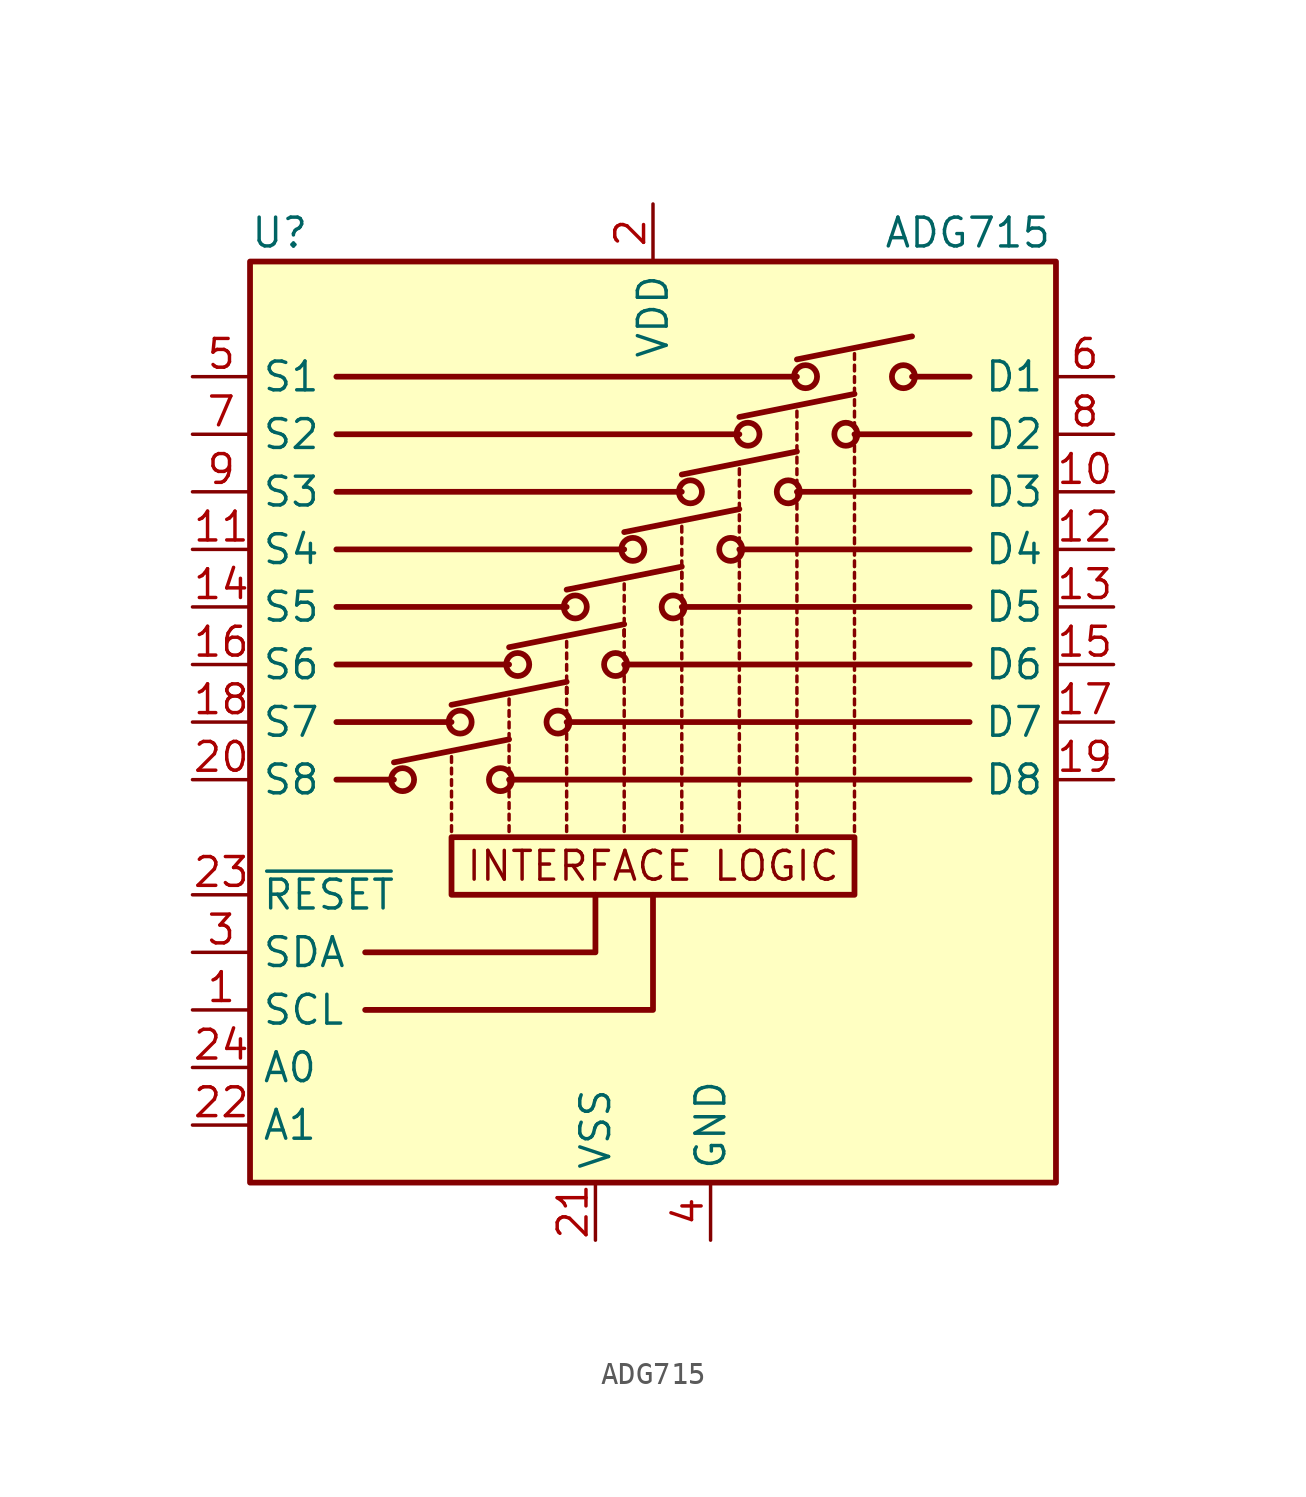
<source format=kicad_sym>
(kicad_symbol_lib
  (version 20220914)
  (generator kicad_symbol_editor)
  (symbol "ADG715"
    (property "Reference" "U"
      (at -17.78 24.13 0)
      (effects (font (size 1.27 1.27)) (justify left)))
    (property "Value" "ADG715"
      (at 10.16 24.13 0)
      (effects (font (size 1.27 1.27)) (justify left)))
    (symbol "ADG715_0_0"
      (polyline (pts (xy -12.7 -7.62) (xy -2.54 -7.62) (xy -2.54 -5.08)) (stroke (width 0.254) (type default)) (fill (type none)))
      (polyline (pts (xy -12.7 -10.16) (xy 0 -10.16) (xy 0 -7.62) (xy 0 -5.08)) (stroke (width 0.254) (type default)) (fill (type none)))
      (text "INTERFACE LOGIC" (at 0 -3.81 0) (effects (font (size 1.27 1.27)))))
    (symbol "ADG715_0_1"
      (rectangle (start -17.78 -17.78) (end 17.78 22.86) (stroke (width 0.254) (type default)) (fill (type background)))
      (rectangle (start -8.89 -2.54) (end 8.89 -5.08) (stroke (width 0.254) (type default)) (fill (type none)))
      (polyline (pts (xy -11.43 0) (xy -13.97 0)) (stroke (width 0.254) (type default)) (fill (type none)))
      (polyline (pts (xy -8.89 2.54) (xy -13.97 2.54)) (stroke (width 0.254) (type default)) (fill (type none)))
      (polyline (pts (xy -6.35 0) (xy 13.97 0)) (stroke (width 0.254) (type default)) (fill (type none)))
      (polyline (pts (xy -6.35 5.08) (xy -13.97 5.08)) (stroke (width 0.254) (type default)) (fill (type none)))
      (polyline (pts (xy -3.81 2.54) (xy 13.97 2.54)) (stroke (width 0.254) (type default)) (fill (type none)))
      (polyline (pts (xy -3.81 7.62) (xy -13.97 7.62)) (stroke (width 0.254) (type default)) (fill (type none)))
      (polyline (pts (xy -1.27 5.08) (xy 13.97 5.08)) (stroke (width 0.254) (type default)) (fill (type none)))
      (polyline (pts (xy -1.27 10.16) (xy -13.97 10.16)) (stroke (width 0.254) (type default)) (fill (type none)))
      (polyline (pts (xy 1.27 7.62) (xy 13.97 7.62)) (stroke (width 0.254) (type default)) (fill (type none)))
      (polyline (pts (xy 1.27 12.7) (xy -13.97 12.7)) (stroke (width 0.254) (type default)) (fill (type none)))
      (polyline (pts (xy 3.81 10.16) (xy 13.97 10.16)) (stroke (width 0.254) (type default)) (fill (type none)))
      (polyline (pts (xy 3.81 15.24) (xy -13.97 15.24)) (stroke (width 0.254) (type default)) (fill (type none)))
      (polyline (pts (xy 6.35 12.7) (xy 13.97 12.7)) (stroke (width 0.254) (type default)) (fill (type none)))
      (polyline (pts (xy 6.35 17.78) (xy -13.97 17.78)) (stroke (width 0.254) (type default)) (fill (type none)))
      (polyline (pts (xy 8.89 15.24) (xy 13.97 15.24)) (stroke (width 0.254) (type default)) (fill (type none)))
      (polyline (pts (xy 11.43 17.78) (xy 13.97 17.78)) (stroke (width 0.254) (type default)) (fill (type none))))
    (symbol "ADG715_1_1"
      (circle (center -11.049 0) (radius 0.508) (stroke (width 0.254) (type default)) (fill (type none)))
      (circle (center -8.509 2.54) (radius 0.508) (stroke (width 0.254) (type default)) (fill (type none)))
      (circle (center -6.731 0) (radius 0.508) (stroke (width 0.254) (type default)) (fill (type none)))
      (circle (center -5.969 5.08) (radius 0.508) (stroke (width 0.254) (type default)) (fill (type none)))
      (circle (center -4.191 2.54) (radius 0.508) (stroke (width 0.254) (type default)) (fill (type none)))
      (circle (center -3.429 7.62) (radius 0.508) (stroke (width 0.254) (type default)) (fill (type none)))
      (circle (center -1.651 5.08) (radius 0.508) (stroke (width 0.254) (type default)) (fill (type none)))
      (circle (center -0.889 10.16) (radius 0.508) (stroke (width 0.254) (type default)) (fill (type none)))
      (polyline (pts (xy -11.43 0.762) (xy -6.35 1.778)) (stroke (width 0.254) (type default)) (fill (type none)))
      (polyline (pts (xy -8.89 -2.286) (xy -8.89 -2.032)) (stroke (width 0) (type default)) (fill (type none)))
      (polyline (pts (xy -8.89 -1.778) (xy -8.89 -1.524)) (stroke (width 0) (type default)) (fill (type none)))
      (polyline (pts (xy -8.89 -1.27) (xy -8.89 -1.016)) (stroke (width 0) (type default)) (fill (type none)))
      (polyline (pts (xy -8.89 -0.762) (xy -8.89 -0.508)) (stroke (width 0) (type default)) (fill (type none)))
      (polyline (pts (xy -8.89 -0.254) (xy -8.89 0)) (stroke (width 0) (type default)) (fill (type none)))
      (polyline (pts (xy -8.89 0.254) (xy -8.89 0.508)) (stroke (width 0) (type default)) (fill (type none)))
      (polyline (pts (xy -8.89 0.762) (xy -8.89 1.016)) (stroke (width 0) (type default)) (fill (type none)))
      (polyline (pts (xy -8.89 3.302) (xy -3.81 4.318)) (stroke (width 0.254) (type default)) (fill (type none)))
      (polyline (pts (xy -6.35 -2.286) (xy -6.35 -2.032)) (stroke (width 0) (type default)) (fill (type none)))
      (polyline (pts (xy -6.35 -1.778) (xy -6.35 -1.524)) (stroke (width 0) (type default)) (fill (type none)))
      (polyline (pts (xy -6.35 -1.27) (xy -6.35 -1.016)) (stroke (width 0) (type default)) (fill (type none)))
      (polyline (pts (xy -6.35 -0.762) (xy -6.35 -0.508)) (stroke (width 0) (type default)) (fill (type none)))
      (polyline (pts (xy -6.35 -0.254) (xy -6.35 0)) (stroke (width 0) (type default)) (fill (type none)))
      (polyline (pts (xy -6.35 0.254) (xy -6.35 0.508)) (stroke (width 0) (type default)) (fill (type none)))
      (polyline (pts (xy -6.35 0.762) (xy -6.35 1.016)) (stroke (width 0) (type default)) (fill (type none)))
      (polyline (pts (xy -6.35 1.27) (xy -6.35 1.524)) (stroke (width 0) (type default)) (fill (type none)))
      (polyline (pts (xy -6.35 1.778) (xy -6.35 2.032)) (stroke (width 0) (type default)) (fill (type none)))
      (polyline (pts (xy -6.35 2.286) (xy -6.35 2.54)) (stroke (width 0) (type default)) (fill (type none)))
      (polyline (pts (xy -6.35 2.794) (xy -6.35 3.048)) (stroke (width 0) (type default)) (fill (type none)))
      (polyline (pts (xy -6.35 3.302) (xy -6.35 3.556)) (stroke (width 0) (type default)) (fill (type none)))
      (polyline (pts (xy -6.35 5.842) (xy -1.27 6.858)) (stroke (width 0.254) (type default)) (fill (type none)))
      (polyline (pts (xy -3.81 -2.286) (xy -3.81 -2.032)) (stroke (width 0) (type default)) (fill (type none)))
      (polyline (pts (xy -3.81 -1.778) (xy -3.81 -1.524)) (stroke (width 0) (type default)) (fill (type none)))
      (polyline (pts (xy -3.81 -1.27) (xy -3.81 -1.016)) (stroke (width 0) (type default)) (fill (type none)))
      (polyline (pts (xy -3.81 -0.762) (xy -3.81 -0.508)) (stroke (width 0) (type default)) (fill (type none)))
      (polyline (pts (xy -3.81 -0.254) (xy -3.81 0)) (stroke (width 0) (type default)) (fill (type none)))
      (polyline (pts (xy -3.81 0.254) (xy -3.81 0.508)) (stroke (width 0) (type default)) (fill (type none)))
      (polyline (pts (xy -3.81 0.762) (xy -3.81 1.016)) (stroke (width 0) (type default)) (fill (type none)))
      (polyline (pts (xy -3.81 1.27) (xy -3.81 1.524)) (stroke (width 0) (type default)) (fill (type none)))
      (polyline (pts (xy -3.81 1.778) (xy -3.81 2.032)) (stroke (width 0) (type default)) (fill (type none)))
      (polyline (pts (xy -3.81 2.286) (xy -3.81 2.54)) (stroke (width 0) (type default)) (fill (type none)))
      (polyline (pts (xy -3.81 2.794) (xy -3.81 3.048)) (stroke (width 0) (type default)) (fill (type none)))
      (polyline (pts (xy -3.81 3.302) (xy -3.81 3.556)) (stroke (width 0) (type default)) (fill (type none)))
      (polyline (pts (xy -3.81 3.81) (xy -3.81 4.064)) (stroke (width 0) (type default)) (fill (type none)))
      (polyline (pts (xy -3.81 3.81) (xy -3.81 4.064)) (stroke (width 0) (type default)) (fill (type none)))
      (polyline (pts (xy -3.81 3.81) (xy -3.81 4.064)) (stroke (width 0) (type default)) (fill (type none)))
      (polyline (pts (xy -3.81 3.81) (xy -3.81 4.064)) (stroke (width 0) (type default)) (fill (type none)))
      (polyline (pts (xy -3.81 4.318) (xy -3.81 4.572)) (stroke (width 0) (type default)) (fill (type none)))
      (polyline (pts (xy -3.81 4.826) (xy -3.81 5.08)) (stroke (width 0) (type default)) (fill (type none)))
      (polyline (pts (xy -3.81 5.334) (xy -3.81 5.588)) (stroke (width 0) (type default)) (fill (type none)))
      (polyline (pts (xy -3.81 5.842) (xy -3.81 6.096)) (stroke (width 0) (type default)) (fill (type none)))
      (polyline (pts (xy -3.81 8.382) (xy 1.27 9.398)) (stroke (width 0.254) (type default)) (fill (type none)))
      (polyline (pts (xy -1.27 -2.286) (xy -1.27 -2.032)) (stroke (width 0) (type default)) (fill (type none)))
      (polyline (pts (xy -1.27 -1.778) (xy -1.27 -1.524)) (stroke (width 0) (type default)) (fill (type none)))
      (polyline (pts (xy -1.27 -1.27) (xy -1.27 -1.016)) (stroke (width 0) (type default)) (fill (type none)))
      (polyline (pts (xy -1.27 -0.762) (xy -1.27 -0.508)) (stroke (width 0) (type default)) (fill (type none)))
      (polyline (pts (xy -1.27 -0.254) (xy -1.27 0)) (stroke (width 0) (type default)) (fill (type none)))
      (polyline (pts (xy -1.27 0.254) (xy -1.27 0.508)) (stroke (width 0) (type default)) (fill (type none)))
      (polyline (pts (xy -1.27 0.762) (xy -1.27 1.016)) (stroke (width 0) (type default)) (fill (type none)))
      (polyline (pts (xy -1.27 1.27) (xy -1.27 1.524)) (stroke (width 0) (type default)) (fill (type none)))
      (polyline (pts (xy -1.27 1.778) (xy -1.27 2.032)) (stroke (width 0) (type default)) (fill (type none)))
      (polyline (pts (xy -1.27 2.286) (xy -1.27 2.54)) (stroke (width 0) (type default)) (fill (type none)))
      (polyline (pts (xy -1.27 2.794) (xy -1.27 3.048)) (stroke (width 0) (type default)) (fill (type none)))
      (polyline (pts (xy -1.27 3.302) (xy -1.27 3.556)) (stroke (width 0) (type default)) (fill (type none)))
      (polyline (pts (xy -1.27 3.81) (xy -1.27 4.064)) (stroke (width 0) (type default)) (fill (type none)))
      (polyline (pts (xy -1.27 4.318) (xy -1.27 4.572)) (stroke (width 0) (type default)) (fill (type none)))
      (polyline (pts (xy -1.27 4.826) (xy -1.27 5.08)) (stroke (width 0) (type default)) (fill (type none)))
      (polyline (pts (xy -1.27 5.334) (xy -1.27 5.588)) (stroke (width 0) (type default)) (fill (type none)))
      (polyline (pts (xy -1.27 5.842) (xy -1.27 6.096)) (stroke (width 0) (type default)) (fill (type none)))
      (polyline (pts (xy -1.27 6.35) (xy -1.27 6.604)) (stroke (width 0) (type default)) (fill (type none)))
      (polyline (pts (xy -1.27 6.35) (xy -1.27 6.604)) (stroke (width 0) (type default)) (fill (type none)))
      (polyline (pts (xy -1.27 6.35) (xy -1.27 6.604)) (stroke (width 0) (type default)) (fill (type none)))
      (polyline (pts (xy -1.27 6.858) (xy -1.27 7.112)) (stroke (width 0) (type default)) (fill (type none)))
      (polyline (pts (xy -1.27 7.366) (xy -1.27 7.62)) (stroke (width 0) (type default)) (fill (type none)))
      (polyline (pts (xy -1.27 7.874) (xy -1.27 8.128)) (stroke (width 0) (type default)) (fill (type none)))
      (polyline (pts (xy -1.27 8.382) (xy -1.27 8.636)) (stroke (width 0) (type default)) (fill (type none)))
      (polyline (pts (xy -1.27 10.922) (xy 3.81 11.938)) (stroke (width 0.254) (type default)) (fill (type none)))
      (polyline (pts (xy 1.27 -2.286) (xy 1.27 -2.032)) (stroke (width 0) (type default)) (fill (type none)))
      (polyline (pts (xy 1.27 -1.778) (xy 1.27 -1.524)) (stroke (width 0) (type default)) (fill (type none)))
      (polyline (pts (xy 1.27 -1.27) (xy 1.27 -1.016)) (stroke (width 0) (type default)) (fill (type none)))
      (polyline (pts (xy 1.27 -0.762) (xy 1.27 -0.508)) (stroke (width 0) (type default)) (fill (type none)))
      (polyline (pts (xy 1.27 -0.254) (xy 1.27 0)) (stroke (width 0) (type default)) (fill (type none)))
      (polyline (pts (xy 1.27 0.254) (xy 1.27 0.508)) (stroke (width 0) (type default)) (fill (type none)))
      (polyline (pts (xy 1.27 0.762) (xy 1.27 1.016)) (stroke (width 0) (type default)) (fill (type none)))
      (polyline (pts (xy 1.27 1.27) (xy 1.27 1.524)) (stroke (width 0) (type default)) (fill (type none)))
      (polyline (pts (xy 1.27 1.778) (xy 1.27 2.032)) (stroke (width 0) (type default)) (fill (type none)))
      (polyline (pts (xy 1.27 2.286) (xy 1.27 2.54)) (stroke (width 0) (type default)) (fill (type none)))
      (polyline (pts (xy 1.27 2.794) (xy 1.27 3.048)) (stroke (width 0) (type default)) (fill (type none)))
      (polyline (pts (xy 1.27 3.302) (xy 1.27 3.556)) (stroke (width 0) (type default)) (fill (type none)))
      (polyline (pts (xy 1.27 3.81) (xy 1.27 4.064)) (stroke (width 0) (type default)) (fill (type none)))
      (polyline (pts (xy 1.27 4.318) (xy 1.27 4.572)) (stroke (width 0) (type default)) (fill (type none)))
      (polyline (pts (xy 1.27 4.826) (xy 1.27 5.08)) (stroke (width 0) (type default)) (fill (type none)))
      (polyline (pts (xy 1.27 5.334) (xy 1.27 5.588)) (stroke (width 0) (type default)) (fill (type none)))
      (polyline (pts (xy 1.27 5.842) (xy 1.27 6.096)) (stroke (width 0) (type default)) (fill (type none)))
      (polyline (pts (xy 1.27 6.35) (xy 1.27 6.604)) (stroke (width 0) (type default)) (fill (type none)))
      (polyline (pts (xy 1.27 6.858) (xy 1.27 7.112)) (stroke (width 0) (type default)) (fill (type none)))
      (polyline (pts (xy 1.27 7.366) (xy 1.27 7.62)) (stroke (width 0) (type default)) (fill (type none)))
      (polyline (pts (xy 1.27 7.874) (xy 1.27 8.128)) (stroke (width 0) (type default)) (fill (type none)))
      (polyline (pts (xy 1.27 8.382) (xy 1.27 8.636)) (stroke (width 0) (type default)) (fill (type none)))
      (polyline (pts (xy 1.27 8.89) (xy 1.27 9.144)) (stroke (width 0) (type default)) (fill (type none)))
      (polyline (pts (xy 1.27 8.89) (xy 1.27 9.144)) (stroke (width 0) (type default)) (fill (type none)))
      (polyline (pts (xy 1.27 9.398) (xy 1.27 9.652)) (stroke (width 0) (type default)) (fill (type none)))
      (polyline (pts (xy 1.27 9.906) (xy 1.27 10.16)) (stroke (width 0) (type default)) (fill (type none)))
      (polyline (pts (xy 1.27 10.414) (xy 1.27 10.668)) (stroke (width 0) (type default)) (fill (type none)))
      (polyline (pts (xy 1.27 10.922) (xy 1.27 11.176)) (stroke (width 0) (type default)) (fill (type none)))
      (polyline (pts (xy 1.27 13.462) (xy 6.35 14.478)) (stroke (width 0.254) (type default)) (fill (type none)))
      (polyline (pts (xy 3.81 -2.286) (xy 3.81 -2.032)) (stroke (width 0) (type default)) (fill (type none)))
      (polyline (pts (xy 3.81 -1.778) (xy 3.81 -1.524)) (stroke (width 0) (type default)) (fill (type none)))
      (polyline (pts (xy 3.81 -1.27) (xy 3.81 -1.016)) (stroke (width 0) (type default)) (fill (type none)))
      (polyline (pts (xy 3.81 -0.762) (xy 3.81 -0.508)) (stroke (width 0) (type default)) (fill (type none)))
      (polyline (pts (xy 3.81 -0.254) (xy 3.81 0)) (stroke (width 0) (type default)) (fill (type none)))
      (polyline (pts (xy 3.81 0.254) (xy 3.81 0.508)) (stroke (width 0) (type default)) (fill (type none)))
      (polyline (pts (xy 3.81 0.762) (xy 3.81 1.016)) (stroke (width 0) (type default)) (fill (type none)))
      (polyline (pts (xy 3.81 1.27) (xy 3.81 1.524)) (stroke (width 0) (type default)) (fill (type none)))
      (polyline (pts (xy 3.81 1.778) (xy 3.81 2.032)) (stroke (width 0) (type default)) (fill (type none)))
      (polyline (pts (xy 3.81 2.286) (xy 3.81 2.54)) (stroke (width 0) (type default)) (fill (type none)))
      (polyline (pts (xy 3.81 2.794) (xy 3.81 3.048)) (stroke (width 0) (type default)) (fill (type none)))
      (polyline (pts (xy 3.81 3.302) (xy 3.81 3.556)) (stroke (width 0) (type default)) (fill (type none)))
      (polyline (pts (xy 3.81 3.81) (xy 3.81 4.064)) (stroke (width 0) (type default)) (fill (type none)))
      (polyline (pts (xy 3.81 4.318) (xy 3.81 4.572)) (stroke (width 0) (type default)) (fill (type none)))
      (polyline (pts (xy 3.81 4.826) (xy 3.81 5.08)) (stroke (width 0) (type default)) (fill (type none)))
      (polyline (pts (xy 3.81 5.334) (xy 3.81 5.588)) (stroke (width 0) (type default)) (fill (type none)))
      (polyline (pts (xy 3.81 5.842) (xy 3.81 6.096)) (stroke (width 0) (type default)) (fill (type none)))
      (polyline (pts (xy 3.81 6.35) (xy 3.81 6.604)) (stroke (width 0) (type default)) (fill (type none)))
      (polyline (pts (xy 3.81 6.858) (xy 3.81 7.112)) (stroke (width 0) (type default)) (fill (type none)))
      (polyline (pts (xy 3.81 7.366) (xy 3.81 7.62)) (stroke (width 0) (type default)) (fill (type none)))
      (polyline (pts (xy 3.81 7.874) (xy 3.81 8.128)) (stroke (width 0) (type default)) (fill (type none)))
      (polyline (pts (xy 3.81 8.382) (xy 3.81 8.636)) (stroke (width 0) (type default)) (fill (type none)))
      (polyline (pts (xy 3.81 8.89) (xy 3.81 9.144)) (stroke (width 0) (type default)) (fill (type none)))
      (polyline (pts (xy 3.81 9.398) (xy 3.81 9.652)) (stroke (width 0) (type default)) (fill (type none)))
      (polyline (pts (xy 3.81 9.906) (xy 3.81 10.16)) (stroke (width 0) (type default)) (fill (type none)))
      (polyline (pts (xy 3.81 10.414) (xy 3.81 10.668)) (stroke (width 0) (type default)) (fill (type none)))
      (polyline (pts (xy 3.81 10.922) (xy 3.81 11.176)) (stroke (width 0) (type default)) (fill (type none)))
      (polyline (pts (xy 3.81 11.43) (xy 3.81 11.684)) (stroke (width 0) (type default)) (fill (type none)))
      (polyline (pts (xy 3.81 11.938) (xy 3.81 12.192)) (stroke (width 0) (type default)) (fill (type none)))
      (polyline (pts (xy 3.81 12.446) (xy 3.81 12.7)) (stroke (width 0) (type default)) (fill (type none)))
      (polyline (pts (xy 3.81 12.954) (xy 3.81 13.208)) (stroke (width 0) (type default)) (fill (type none)))
      (polyline (pts (xy 3.81 13.462) (xy 3.81 13.716)) (stroke (width 0) (type default)) (fill (type none)))
      (polyline (pts (xy 3.81 16.002) (xy 8.89 17.018)) (stroke (width 0.254) (type default)) (fill (type none)))
      (polyline (pts (xy 6.35 -2.286) (xy 6.35 -2.032)) (stroke (width 0) (type default)) (fill (type none)))
      (polyline (pts (xy 6.35 -1.778) (xy 6.35 -1.524)) (stroke (width 0) (type default)) (fill (type none)))
      (polyline (pts (xy 6.35 -1.27) (xy 6.35 -1.016)) (stroke (width 0) (type default)) (fill (type none)))
      (polyline (pts (xy 6.35 -0.762) (xy 6.35 -0.508)) (stroke (width 0) (type default)) (fill (type none)))
      (polyline (pts (xy 6.35 -0.254) (xy 6.35 0)) (stroke (width 0) (type default)) (fill (type none)))
      (polyline (pts (xy 6.35 0.254) (xy 6.35 0.508)) (stroke (width 0) (type default)) (fill (type none)))
      (polyline (pts (xy 6.35 0.762) (xy 6.35 1.016)) (stroke (width 0) (type default)) (fill (type none)))
      (polyline (pts (xy 6.35 1.27) (xy 6.35 1.524)) (stroke (width 0) (type default)) (fill (type none)))
      (polyline (pts (xy 6.35 1.778) (xy 6.35 2.032)) (stroke (width 0) (type default)) (fill (type none)))
      (polyline (pts (xy 6.35 2.286) (xy 6.35 2.54)) (stroke (width 0) (type default)) (fill (type none)))
      (polyline (pts (xy 6.35 2.794) (xy 6.35 3.048)) (stroke (width 0) (type default)) (fill (type none)))
      (polyline (pts (xy 6.35 3.302) (xy 6.35 3.556)) (stroke (width 0) (type default)) (fill (type none)))
      (polyline (pts (xy 6.35 3.81) (xy 6.35 4.064)) (stroke (width 0) (type default)) (fill (type none)))
      (polyline (pts (xy 6.35 4.318) (xy 6.35 4.572)) (stroke (width 0) (type default)) (fill (type none)))
      (polyline (pts (xy 6.35 4.826) (xy 6.35 5.08)) (stroke (width 0) (type default)) (fill (type none)))
      (polyline (pts (xy 6.35 5.334) (xy 6.35 5.588)) (stroke (width 0) (type default)) (fill (type none)))
      (polyline (pts (xy 6.35 5.842) (xy 6.35 6.096)) (stroke (width 0) (type default)) (fill (type none)))
      (polyline (pts (xy 6.35 6.35) (xy 6.35 6.604)) (stroke (width 0) (type default)) (fill (type none)))
      (polyline (pts (xy 6.35 6.858) (xy 6.35 7.112)) (stroke (width 0) (type default)) (fill (type none)))
      (polyline (pts (xy 6.35 7.366) (xy 6.35 7.62)) (stroke (width 0) (type default)) (fill (type none)))
      (polyline (pts (xy 6.35 7.874) (xy 6.35 8.128)) (stroke (width 0) (type default)) (fill (type none)))
      (polyline (pts (xy 6.35 8.382) (xy 6.35 8.636)) (stroke (width 0) (type default)) (fill (type none)))
      (polyline (pts (xy 6.35 8.89) (xy 6.35 9.144)) (stroke (width 0) (type default)) (fill (type none)))
      (polyline (pts (xy 6.35 9.398) (xy 6.35 9.652)) (stroke (width 0) (type default)) (fill (type none)))
      (polyline (pts (xy 6.35 9.906) (xy 6.35 10.16)) (stroke (width 0) (type default)) (fill (type none)))
      (polyline (pts (xy 6.35 10.414) (xy 6.35 10.668)) (stroke (width 0) (type default)) (fill (type none)))
      (polyline (pts (xy 6.35 10.922) (xy 6.35 11.176)) (stroke (width 0) (type default)) (fill (type none)))
      (polyline (pts (xy 6.35 11.43) (xy 6.35 11.684)) (stroke (width 0) (type default)) (fill (type none)))
      (polyline (pts (xy 6.35 11.938) (xy 6.35 12.192)) (stroke (width 0) (type default)) (fill (type none)))
      (polyline (pts (xy 6.35 12.446) (xy 6.35 12.7)) (stroke (width 0) (type default)) (fill (type none)))
      (polyline (pts (xy 6.35 12.954) (xy 6.35 13.208)) (stroke (width 0) (type default)) (fill (type none)))
      (polyline (pts (xy 6.35 13.462) (xy 6.35 13.716)) (stroke (width 0) (type default)) (fill (type none)))
      (polyline (pts (xy 6.35 13.97) (xy 6.35 14.224)) (stroke (width 0) (type default)) (fill (type none)))
      (polyline (pts (xy 6.35 14.478) (xy 6.35 14.732)) (stroke (width 0) (type default)) (fill (type none)))
      (polyline (pts (xy 6.35 14.986) (xy 6.35 15.24)) (stroke (width 0) (type default)) (fill (type none)))
      (polyline (pts (xy 6.35 15.494) (xy 6.35 15.748)) (stroke (width 0) (type default)) (fill (type none)))
      (polyline (pts (xy 6.35 16.002) (xy 6.35 16.256)) (stroke (width 0) (type default)) (fill (type none)))
      (polyline (pts (xy 6.35 18.542) (xy 11.43 19.558)) (stroke (width 0.254) (type default)) (fill (type none)))
      (polyline (pts (xy 8.89 -2.286) (xy 8.89 -2.032)) (stroke (width 0) (type default)) (fill (type none)))
      (polyline (pts (xy 8.89 -1.778) (xy 8.89 -1.524)) (stroke (width 0) (type default)) (fill (type none)))
      (polyline (pts (xy 8.89 -1.27) (xy 8.89 -1.016)) (stroke (width 0) (type default)) (fill (type none)))
      (polyline (pts (xy 8.89 -0.762) (xy 8.89 -0.508)) (stroke (width 0) (type default)) (fill (type none)))
      (polyline (pts (xy 8.89 -0.254) (xy 8.89 0)) (stroke (width 0) (type default)) (fill (type none)))
      (polyline (pts (xy 8.89 0.254) (xy 8.89 0.508)) (stroke (width 0) (type default)) (fill (type none)))
      (polyline (pts (xy 8.89 0.762) (xy 8.89 1.016)) (stroke (width 0) (type default)) (fill (type none)))
      (polyline (pts (xy 8.89 1.27) (xy 8.89 1.524)) (stroke (width 0) (type default)) (fill (type none)))
      (polyline (pts (xy 8.89 1.778) (xy 8.89 2.032)) (stroke (width 0) (type default)) (fill (type none)))
      (polyline (pts (xy 8.89 2.286) (xy 8.89 2.54)) (stroke (width 0) (type default)) (fill (type none)))
      (polyline (pts (xy 8.89 2.794) (xy 8.89 3.048)) (stroke (width 0) (type default)) (fill (type none)))
      (polyline (pts (xy 8.89 3.302) (xy 8.89 3.556)) (stroke (width 0) (type default)) (fill (type none)))
      (polyline (pts (xy 8.89 3.81) (xy 8.89 4.064)) (stroke (width 0) (type default)) (fill (type none)))
      (polyline (pts (xy 8.89 4.318) (xy 8.89 4.572)) (stroke (width 0) (type default)) (fill (type none)))
      (polyline (pts (xy 8.89 4.826) (xy 8.89 5.08)) (stroke (width 0) (type default)) (fill (type none)))
      (polyline (pts (xy 8.89 5.334) (xy 8.89 5.588)) (stroke (width 0) (type default)) (fill (type none)))
      (polyline (pts (xy 8.89 5.842) (xy 8.89 6.096)) (stroke (width 0) (type default)) (fill (type none)))
      (polyline (pts (xy 8.89 6.35) (xy 8.89 6.604)) (stroke (width 0) (type default)) (fill (type none)))
      (polyline (pts (xy 8.89 6.858) (xy 8.89 7.112)) (stroke (width 0) (type default)) (fill (type none)))
      (polyline (pts (xy 8.89 7.366) (xy 8.89 7.62)) (stroke (width 0) (type default)) (fill (type none)))
      (polyline (pts (xy 8.89 7.874) (xy 8.89 8.128)) (stroke (width 0) (type default)) (fill (type none)))
      (polyline (pts (xy 8.89 8.382) (xy 8.89 8.636)) (stroke (width 0) (type default)) (fill (type none)))
      (polyline (pts (xy 8.89 8.89) (xy 8.89 9.144)) (stroke (width 0) (type default)) (fill (type none)))
      (polyline (pts (xy 8.89 9.398) (xy 8.89 9.652)) (stroke (width 0) (type default)) (fill (type none)))
      (polyline (pts (xy 8.89 9.906) (xy 8.89 10.16)) (stroke (width 0) (type default)) (fill (type none)))
      (polyline (pts (xy 8.89 10.414) (xy 8.89 10.668)) (stroke (width 0) (type default)) (fill (type none)))
      (polyline (pts (xy 8.89 10.922) (xy 8.89 11.176)) (stroke (width 0) (type default)) (fill (type none)))
      (polyline (pts (xy 8.89 11.43) (xy 8.89 11.684)) (stroke (width 0) (type default)) (fill (type none)))
      (polyline (pts (xy 8.89 11.938) (xy 8.89 12.192)) (stroke (width 0) (type default)) (fill (type none)))
      (polyline (pts (xy 8.89 12.446) (xy 8.89 12.7)) (stroke (width 0) (type default)) (fill (type none)))
      (polyline (pts (xy 8.89 12.954) (xy 8.89 13.208)) (stroke (width 0) (type default)) (fill (type none)))
      (polyline (pts (xy 8.89 13.462) (xy 8.89 13.716)) (stroke (width 0) (type default)) (fill (type none)))
      (polyline (pts (xy 8.89 13.97) (xy 8.89 14.224)) (stroke (width 0) (type default)) (fill (type none)))
      (polyline (pts (xy 8.89 14.478) (xy 8.89 14.732)) (stroke (width 0) (type default)) (fill (type none)))
      (polyline (pts (xy 8.89 14.986) (xy 8.89 15.24)) (stroke (width 0) (type default)) (fill (type none)))
      (polyline (pts (xy 8.89 15.494) (xy 8.89 15.748)) (stroke (width 0) (type default)) (fill (type none)))
      (polyline (pts (xy 8.89 16.002) (xy 8.89 16.256)) (stroke (width 0) (type default)) (fill (type none)))
      (polyline (pts (xy 8.89 16.51) (xy 8.89 16.764)) (stroke (width 0) (type default)) (fill (type none)))
      (polyline (pts (xy 8.89 17.018) (xy 8.89 17.272)) (stroke (width 0) (type default)) (fill (type none)))
      (polyline (pts (xy 8.89 17.526) (xy 8.89 17.78)) (stroke (width 0) (type default)) (fill (type none)))
      (polyline (pts (xy 8.89 18.034) (xy 8.89 18.288)) (stroke (width 0) (type default)) (fill (type none)))
      (polyline (pts (xy 8.89 18.542) (xy 8.89 18.796)) (stroke (width 0) (type default)) (fill (type none)))
      (circle (center 0.889 7.62) (radius 0.508) (stroke (width 0.254) (type default)) (fill (type none)))
      (circle (center 1.651 12.7) (radius 0.508) (stroke (width 0.254) (type default)) (fill (type none)))
      (circle (center 3.429 10.16) (radius 0.508) (stroke (width 0.254) (type default)) (fill (type none)))
      (circle (center 4.191 15.24) (radius 0.508) (stroke (width 0.254) (type default)) (fill (type none)))
      (circle (center 5.969 12.7) (radius 0.508) (stroke (width 0.254) (type default)) (fill (type none)))
      (circle (center 6.731 17.78) (radius 0.508) (stroke (width 0.254) (type default)) (fill (type none)))
      (circle (center 8.509 15.24) (radius 0.508) (stroke (width 0.254) (type default)) (fill (type none)))
      (circle (center 11.049 17.78) (radius 0.508) (stroke (width 0.254) (type default)) (fill (type none)))
      (pin input line (at -20.32 -10.16 0) (length 2.54) (name "SCL" (effects (font (size 1.27 1.27)))) (number "1" (effects (font (size 1.27 1.27)))))
      (pin passive line (at 20.32 12.7 180) (length 2.54) (name "D3" (effects (font (size 1.27 1.27)))) (number "10" (effects (font (size 1.27 1.27)))))
      (pin passive line (at -20.32 10.16 0) (length 2.54) (name "S4" (effects (font (size 1.27 1.27)))) (number "11" (effects (font (size 1.27 1.27)))))
      (pin passive line (at 20.32 10.16 180) (length 2.54) (name "D4" (effects (font (size 1.27 1.27)))) (number "12" (effects (font (size 1.27 1.27)))))
      (pin passive line (at 20.32 7.62 180) (length 2.54) (name "D5" (effects (font (size 1.27 1.27)))) (number "13" (effects (font (size 1.27 1.27)))))
      (pin passive line (at -20.32 7.62 0) (length 2.54) (name "S5" (effects (font (size 1.27 1.27)))) (number "14" (effects (font (size 1.27 1.27)))))
      (pin passive line (at 20.32 5.08 180) (length 2.54) (name "D6" (effects (font (size 1.27 1.27)))) (number "15" (effects (font (size 1.27 1.27)))))
      (pin passive line (at -20.32 5.08 0) (length 2.54) (name "S6" (effects (font (size 1.27 1.27)))) (number "16" (effects (font (size 1.27 1.27)))))
      (pin passive line (at 20.32 2.54 180) (length 2.54) (name "D7" (effects (font (size 1.27 1.27)))) (number "17" (effects (font (size 1.27 1.27)))))
      (pin passive line (at -20.32 2.54 0) (length 2.54) (name "S7" (effects (font (size 1.27 1.27)))) (number "18" (effects (font (size 1.27 1.27)))))
      (pin passive line (at 20.32 0 180) (length 2.54) (name "D8" (effects (font (size 1.27 1.27)))) (number "19" (effects (font (size 1.27 1.27)))))
      (pin power_in line (at 0 25.4 270) (length 2.54) (name "VDD" (effects (font (size 1.27 1.27)))) (number "2" (effects (font (size 1.27 1.27)))))
      (pin passive line (at -20.32 0 0) (length 2.54) (name "S8" (effects (font (size 1.27 1.27)))) (number "20" (effects (font (size 1.27 1.27)))))
      (pin power_in line (at -2.54 -20.32 90) (length 2.54) (name "VSS" (effects (font (size 1.27 1.27)))) (number "21" (effects (font (size 1.27 1.27)))))
      (pin input line (at -20.32 -15.24 0) (length 2.54) (name "A1" (effects (font (size 1.27 1.27)))) (number "22" (effects (font (size 1.27 1.27)))))
      (pin input line (at -20.32 -5.08 0) (length 2.54) (name "~{RESET}" (effects (font (size 1.27 1.27)))) (number "23" (effects (font (size 1.27 1.27)))))
      (pin input line (at -20.32 -12.7 0) (length 2.54) (name "A0" (effects (font (size 1.27 1.27)))) (number "24" (effects (font (size 1.27 1.27)))))
      (pin bidirectional line (at -20.32 -7.62 0) (length 2.54) (name "SDA" (effects (font (size 1.27 1.27)))) (number "3" (effects (font (size 1.27 1.27)))))
      (pin power_in line (at 2.54 -20.32 90) (length 2.54) (name "GND" (effects (font (size 1.27 1.27)))) (number "4" (effects (font (size 1.27 1.27)))))
      (pin passive line (at -20.32 17.78 0) (length 2.54) (name "S1" (effects (font (size 1.27 1.27)))) (number "5" (effects (font (size 1.27 1.27)))))
      (pin passive line (at 20.32 17.78 180) (length 2.54) (name "D1" (effects (font (size 1.27 1.27)))) (number "6" (effects (font (size 1.27 1.27)))))
      (pin passive line (at -20.32 15.24 0) (length 2.54) (name "S2" (effects (font (size 1.27 1.27)))) (number "7" (effects (font (size 1.27 1.27)))))
      (pin passive line (at 20.32 15.24 180) (length 2.54) (name "D2" (effects (font (size 1.27 1.27)))) (number "8" (effects (font (size 1.27 1.27)))))
      (pin passive line (at -20.32 12.7 0) (length 2.54) (name "S3" (effects (font (size 1.27 1.27)))) (number "9" (effects (font (size 1.27 1.27))))))))
</source>
